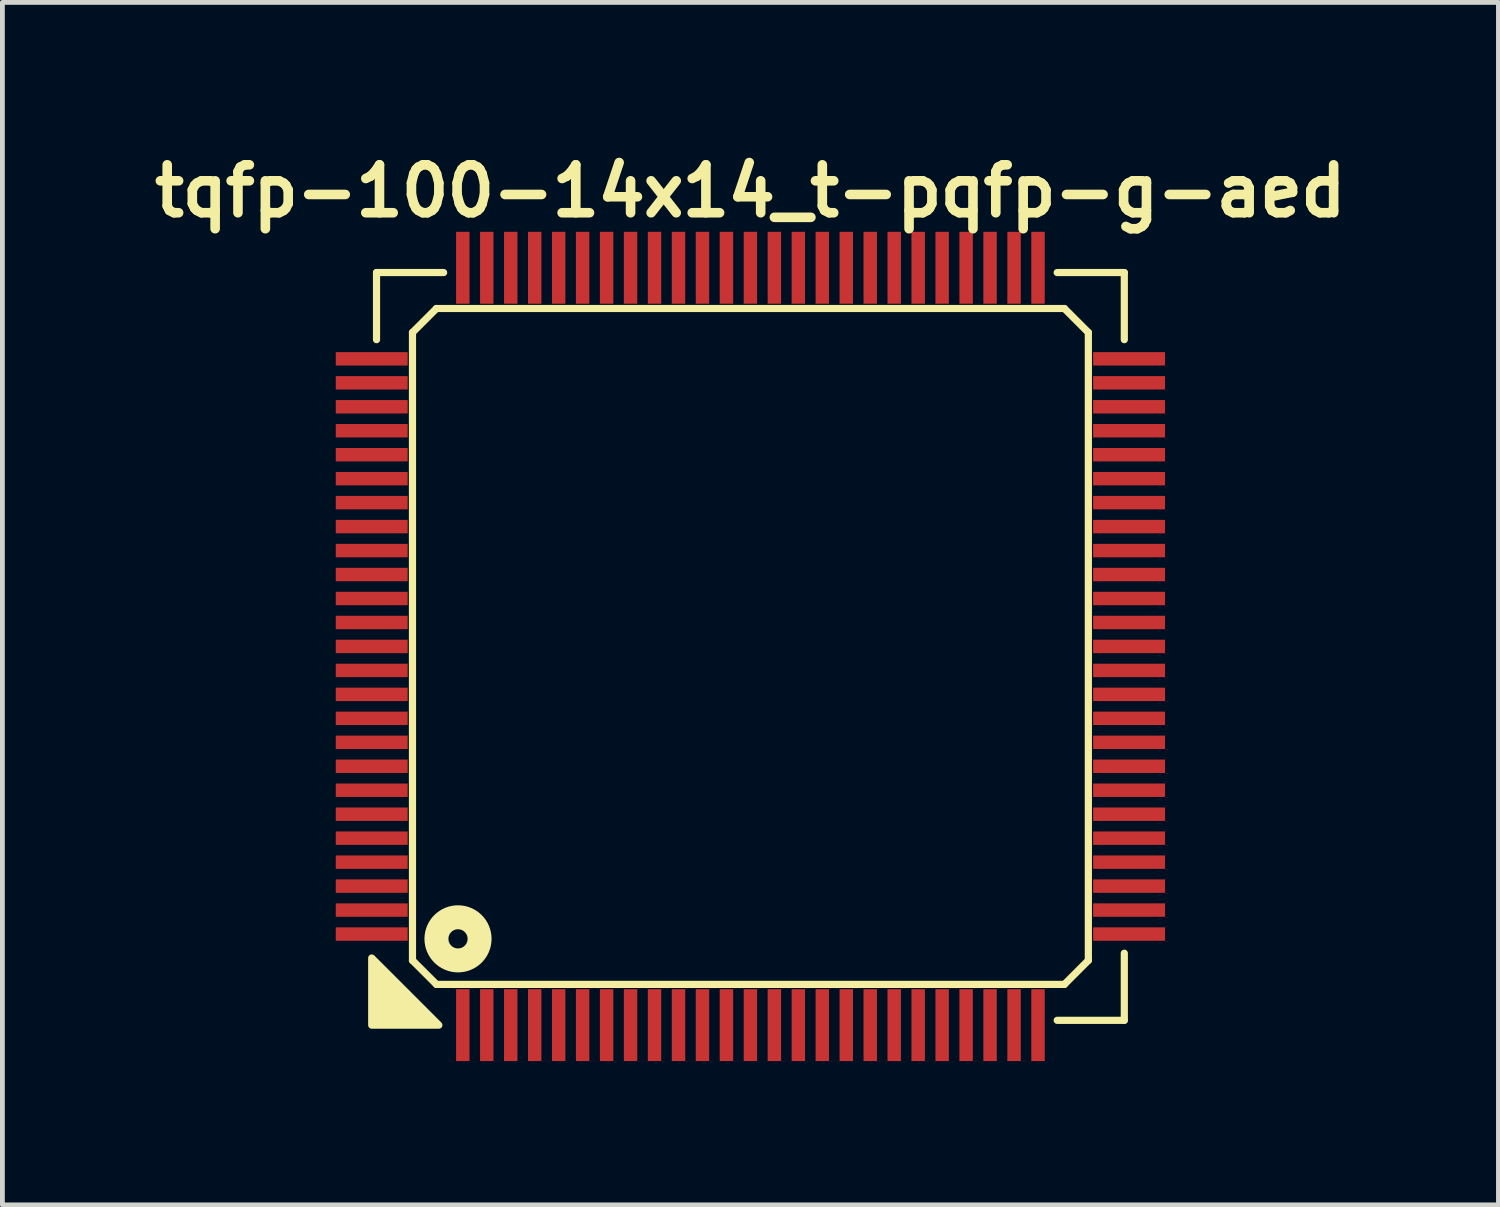
<source format=kicad_pcb>
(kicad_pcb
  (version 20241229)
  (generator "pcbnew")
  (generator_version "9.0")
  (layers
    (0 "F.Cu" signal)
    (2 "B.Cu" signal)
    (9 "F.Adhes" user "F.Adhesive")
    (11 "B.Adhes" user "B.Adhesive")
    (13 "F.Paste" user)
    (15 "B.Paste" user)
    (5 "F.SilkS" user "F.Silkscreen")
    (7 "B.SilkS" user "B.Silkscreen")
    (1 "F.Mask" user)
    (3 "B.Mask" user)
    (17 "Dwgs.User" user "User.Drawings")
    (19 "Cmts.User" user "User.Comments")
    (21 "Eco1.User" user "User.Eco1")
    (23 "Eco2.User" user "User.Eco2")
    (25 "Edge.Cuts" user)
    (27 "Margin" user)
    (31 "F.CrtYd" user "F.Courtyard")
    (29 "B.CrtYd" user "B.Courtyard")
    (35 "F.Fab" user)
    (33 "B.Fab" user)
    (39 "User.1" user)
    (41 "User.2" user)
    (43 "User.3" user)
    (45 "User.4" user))
  (footprint "tqfp-100-14x14_t-pqfp-g-aed"
    (layer "F.Cu")
    (at 12.605 10.436)
    (property "Reference" "tqfp-100-14x14_t-pqfp-g-aed" (at 0 -9.5 0) (layer "F.SilkS") (effects (font (size 1 1) (thickness 0.2))))
    (attr smd)
    (fp_line (start -7.8 -7.8) (end -6.4 -7.8) (stroke (width 0.15) (type solid)) (layer "F.SilkS"))
    (fp_line (start -7.8 -6.4) (end -7.8 -7.8) (stroke (width 0.15) (type solid)) (layer "F.SilkS"))
    (fp_line (start -7.05 -6.55) (end -6.55 -7.05) (stroke (width 0.15) (type solid)) (layer "F.SilkS"))
    (fp_line (start -7.05 6.55) (end -7.05 -6.55) (stroke (width 0.15) (type solid)) (layer "F.SilkS"))
    (fp_line (start -6.55 -7.05) (end 6.55 -7.05) (stroke (width 0.15) (type solid)) (layer "F.SilkS"))
    (fp_line (start -6.55 7.05) (end -7.05 6.55) (stroke (width 0.15) (type solid)) (layer "F.SilkS"))
    (fp_line (start 6.4 -7.8) (end 7.8 -7.8) (stroke (width 0.15) (type solid)) (layer "F.SilkS"))
    (fp_line (start 6.55 -7.05) (end 7.05 -6.55) (stroke (width 0.15) (type solid)) (layer "F.SilkS"))
    (fp_line (start 6.55 7.05) (end -6.55 7.05) (stroke (width 0.15) (type solid)) (layer "F.SilkS"))
    (fp_line (start 7.05 -6.55) (end 7.05 6.55) (stroke (width 0.15) (type solid)) (layer "F.SilkS"))
    (fp_line (start 7.05 6.55) (end 6.55 7.05) (stroke (width 0.15) (type solid)) (layer "F.SilkS"))
    (fp_line (start 7.8 -7.8) (end 7.8 -6.4) (stroke (width 0.15) (type solid)) (layer "F.SilkS"))
    (fp_line (start 7.8 6.4) (end 7.8 7.8) (stroke (width 0.15) (type solid)) (layer "F.SilkS"))
    (fp_line (start 7.8 7.8) (end 6.4 7.8) (stroke (width 0.15) (type solid)) (layer "F.SilkS"))
    (fp_circle (center -6.1 6.1) (end -5.9 6.1) (stroke (width 0.5) (type solid)) (fill no) (layer "F.SilkS"))
    (fp_poly (pts (xy -6.5 7.9) (xy -7.9 7.9) (xy -7.9 6.5)) (stroke (width 0.15) (type solid)) (fill yes) (layer "F.SilkS"))
    (pad "1" smd rect (at -6 7.9) (size 0.28 1.5) (layers "F.Cu" "F.Mask" "F.Paste"))
    (pad "2" smd rect (at -5.5 7.9) (size 0.28 1.5) (layers "F.Cu" "F.Mask" "F.Paste"))
    (pad "3" smd rect (at -5 7.9) (size 0.28 1.5) (layers "F.Cu" "F.Mask" "F.Paste"))
    (pad "4" smd rect (at -4.5 7.9) (size 0.28 1.5) (layers "F.Cu" "F.Mask" "F.Paste"))
    (pad "5" smd rect (at -4 7.9) (size 0.28 1.5) (layers "F.Cu" "F.Mask" "F.Paste"))
    (pad "6" smd rect (at -3.5 7.9) (size 0.28 1.5) (layers "F.Cu" "F.Mask" "F.Paste"))
    (pad "7" smd rect (at -3 7.9) (size 0.28 1.5) (layers "F.Cu" "F.Mask" "F.Paste"))
    (pad "8" smd rect (at -2.5 7.9) (size 0.28 1.5) (layers "F.Cu" "F.Mask" "F.Paste"))
    (pad "9" smd rect (at -2 7.9) (size 0.28 1.5) (layers "F.Cu" "F.Mask" "F.Paste"))
    (pad "10" smd rect (at -1.5 7.9) (size 0.28 1.5) (layers "F.Cu" "F.Mask" "F.Paste"))
    (pad "11" smd rect (at -1 7.9) (size 0.28 1.5) (layers "F.Cu" "F.Mask" "F.Paste"))
    (pad "12" smd rect (at -0.5 7.9) (size 0.28 1.5) (layers "F.Cu" "F.Mask" "F.Paste"))
    (pad "13" smd rect (at 0 7.9) (size 0.28 1.5) (layers "F.Cu" "F.Mask" "F.Paste"))
    (pad "14" smd rect (at 0.5 7.9) (size 0.28 1.5) (layers "F.Cu" "F.Mask" "F.Paste"))
    (pad "15" smd rect (at 1 7.9) (size 0.28 1.5) (layers "F.Cu" "F.Mask" "F.Paste"))
    (pad "16" smd rect (at 1.5 7.9) (size 0.28 1.5) (layers "F.Cu" "F.Mask" "F.Paste"))
    (pad "17" smd rect (at 2 7.9) (size 0.28 1.5) (layers "F.Cu" "F.Mask" "F.Paste"))
    (pad "18" smd rect (at 2.5 7.9) (size 0.28 1.5) (layers "F.Cu" "F.Mask" "F.Paste"))
    (pad "19" smd rect (at 3 7.9) (size 0.28 1.5) (layers "F.Cu" "F.Mask" "F.Paste"))
    (pad "20" smd rect (at 3.5 7.9) (size 0.28 1.5) (layers "F.Cu" "F.Mask" "F.Paste"))
    (pad "21" smd rect (at 4 7.9) (size 0.28 1.5) (layers "F.Cu" "F.Mask" "F.Paste"))
    (pad "22" smd rect (at 4.5 7.9) (size 0.28 1.5) (layers "F.Cu" "F.Mask" "F.Paste"))
    (pad "23" smd rect (at 5 7.9) (size 0.28 1.5) (layers "F.Cu" "F.Mask" "F.Paste"))
    (pad "24" smd rect (at 5.5 7.9) (size 0.28 1.5) (layers "F.Cu" "F.Mask" "F.Paste"))
    (pad "25" smd rect (at 6 7.9) (size 0.28 1.5) (layers "F.Cu" "F.Mask" "F.Paste"))
    (pad "26" smd rect (at 7.9 6) (size 1.5 0.28) (layers "F.Cu" "F.Mask" "F.Paste"))
    (pad "27" smd rect (at 7.9 5.5) (size 1.5 0.28) (layers "F.Cu" "F.Mask" "F.Paste"))
    (pad "28" smd rect (at 7.9 5) (size 1.5 0.28) (layers "F.Cu" "F.Mask" "F.Paste"))
    (pad "29" smd rect (at 7.9 4.5) (size 1.5 0.28) (layers "F.Cu" "F.Mask" "F.Paste"))
    (pad "30" smd rect (at 7.9 4) (size 1.5 0.28) (layers "F.Cu" "F.Mask" "F.Paste"))
    (pad "31" smd rect (at 7.9 3.5) (size 1.5 0.28) (layers "F.Cu" "F.Mask" "F.Paste"))
    (pad "32" smd rect (at 7.9 3) (size 1.5 0.28) (layers "F.Cu" "F.Mask" "F.Paste"))
    (pad "33" smd rect (at 7.9 2.5) (size 1.5 0.28) (layers "F.Cu" "F.Mask" "F.Paste"))
    (pad "34" smd rect (at 7.9 2) (size 1.5 0.28) (layers "F.Cu" "F.Mask" "F.Paste"))
    (pad "35" smd rect (at 7.9 1.5) (size 1.5 0.28) (layers "F.Cu" "F.Mask" "F.Paste"))
    (pad "36" smd rect (at 7.9 1) (size 1.5 0.28) (layers "F.Cu" "F.Mask" "F.Paste"))
    (pad "37" smd rect (at 7.9 0.5) (size 1.5 0.28) (layers "F.Cu" "F.Mask" "F.Paste"))
    (pad "38" smd rect (at 7.9 0) (size 1.5 0.28) (layers "F.Cu" "F.Mask" "F.Paste"))
    (pad "39" smd rect (at 7.9 -0.5) (size 1.5 0.28) (layers "F.Cu" "F.Mask" "F.Paste"))
    (pad "40" smd rect (at 7.9 -1) (size 1.5 0.28) (layers "F.Cu" "F.Mask" "F.Paste"))
    (pad "41" smd rect (at 7.9 -1.5) (size 1.5 0.28) (layers "F.Cu" "F.Mask" "F.Paste"))
    (pad "42" smd rect (at 7.9 -2) (size 1.5 0.28) (layers "F.Cu" "F.Mask" "F.Paste"))
    (pad "43" smd rect (at 7.9 -2.5) (size 1.5 0.28) (layers "F.Cu" "F.Mask" "F.Paste"))
    (pad "44" smd rect (at 7.9 -3) (size 1.5 0.28) (layers "F.Cu" "F.Mask" "F.Paste"))
    (pad "45" smd rect (at 7.9 -3.5) (size 1.5 0.28) (layers "F.Cu" "F.Mask" "F.Paste"))
    (pad "46" smd rect (at 7.9 -4) (size 1.5 0.28) (layers "F.Cu" "F.Mask" "F.Paste"))
    (pad "47" smd rect (at 7.9 -4.5) (size 1.5 0.28) (layers "F.Cu" "F.Mask" "F.Paste"))
    (pad "48" smd rect (at 7.9 -5) (size 1.5 0.28) (layers "F.Cu" "F.Mask" "F.Paste"))
    (pad "49" smd rect (at 7.9 -5.5) (size 1.5 0.28) (layers "F.Cu" "F.Mask" "F.Paste"))
    (pad "50" smd rect (at 7.9 -6) (size 1.5 0.28) (layers "F.Cu" "F.Mask" "F.Paste"))
    (pad "51" smd rect (at 6 -7.9) (size 0.28 1.5) (layers "F.Cu" "F.Mask" "F.Paste"))
    (pad "52" smd rect (at 5.5 -7.9) (size 0.28 1.5) (layers "F.Cu" "F.Mask" "F.Paste"))
    (pad "53" smd rect (at 5 -7.9) (size 0.28 1.5) (layers "F.Cu" "F.Mask" "F.Paste"))
    (pad "54" smd rect (at 4.5 -7.9) (size 0.28 1.5) (layers "F.Cu" "F.Mask" "F.Paste"))
    (pad "55" smd rect (at 4 -7.9) (size 0.28 1.5) (layers "F.Cu" "F.Mask" "F.Paste"))
    (pad "56" smd rect (at 3.5 -7.9) (size 0.28 1.5) (layers "F.Cu" "F.Mask" "F.Paste"))
    (pad "57" smd rect (at 3 -7.9) (size 0.28 1.5) (layers "F.Cu" "F.Mask" "F.Paste"))
    (pad "58" smd rect (at 2.5 -7.9) (size 0.28 1.5) (layers "F.Cu" "F.Mask" "F.Paste"))
    (pad "59" smd rect (at 2 -7.9) (size 0.28 1.5) (layers "F.Cu" "F.Mask" "F.Paste"))
    (pad "60" smd rect (at 1.5 -7.9) (size 0.28 1.5) (layers "F.Cu" "F.Mask" "F.Paste"))
    (pad "61" smd rect (at 1 -7.9) (size 0.28 1.5) (layers "F.Cu" "F.Mask" "F.Paste"))
    (pad "62" smd rect (at 0.5 -7.9) (size 0.28 1.5) (layers "F.Cu" "F.Mask" "F.Paste"))
    (pad "63" smd rect (at 0 -7.9) (size 0.28 1.5) (layers "F.Cu" "F.Mask" "F.Paste"))
    (pad "64" smd rect (at -0.5 -7.9) (size 0.28 1.5) (layers "F.Cu" "F.Mask" "F.Paste"))
    (pad "65" smd rect (at -1 -7.9) (size 0.28 1.5) (layers "F.Cu" "F.Mask" "F.Paste"))
    (pad "66" smd rect (at -1.5 -7.9) (size 0.28 1.5) (layers "F.Cu" "F.Mask" "F.Paste"))
    (pad "67" smd rect (at -2 -7.9) (size 0.28 1.5) (layers "F.Cu" "F.Mask" "F.Paste"))
    (pad "68" smd rect (at -2.5 -7.9) (size 0.28 1.5) (layers "F.Cu" "F.Mask" "F.Paste"))
    (pad "69" smd rect (at -3 -7.9) (size 0.28 1.5) (layers "F.Cu" "F.Mask" "F.Paste"))
    (pad "70" smd rect (at -3.5 -7.9) (size 0.28 1.5) (layers "F.Cu" "F.Mask" "F.Paste"))
    (pad "71" smd rect (at -4 -7.9) (size 0.28 1.5) (layers "F.Cu" "F.Mask" "F.Paste"))
    (pad "72" smd rect (at -4.5 -7.9) (size 0.28 1.5) (layers "F.Cu" "F.Mask" "F.Paste"))
    (pad "73" smd rect (at -5 -7.9) (size 0.28 1.5) (layers "F.Cu" "F.Mask" "F.Paste"))
    (pad "74" smd rect (at -5.5 -7.9) (size 0.28 1.5) (layers "F.Cu" "F.Mask" "F.Paste"))
    (pad "75" smd rect (at -6 -7.9) (size 0.28 1.5) (layers "F.Cu" "F.Mask" "F.Paste"))
    (pad "76" smd rect (at -7.9 -6) (size 1.5 0.28) (layers "F.Cu" "F.Mask" "F.Paste"))
    (pad "77" smd rect (at -7.9 -5.5) (size 1.5 0.28) (layers "F.Cu" "F.Mask" "F.Paste"))
    (pad "78" smd rect (at -7.9 -5) (size 1.5 0.28) (layers "F.Cu" "F.Mask" "F.Paste"))
    (pad "79" smd rect (at -7.9 -4.5) (size 1.5 0.28) (layers "F.Cu" "F.Mask" "F.Paste"))
    (pad "80" smd rect (at -7.9 -4) (size 1.5 0.28) (layers "F.Cu" "F.Mask" "F.Paste"))
    (pad "81" smd rect (at -7.9 -3.5) (size 1.5 0.28) (layers "F.Cu" "F.Mask" "F.Paste"))
    (pad "82" smd rect (at -7.9 -3) (size 1.5 0.28) (layers "F.Cu" "F.Mask" "F.Paste"))
    (pad "83" smd rect (at -7.9 -2.5) (size 1.5 0.28) (layers "F.Cu" "F.Mask" "F.Paste"))
    (pad "84" smd rect (at -7.9 -2) (size 1.5 0.28) (layers "F.Cu" "F.Mask" "F.Paste"))
    (pad "85" smd rect (at -7.9 -1.5) (size 1.5 0.28) (layers "F.Cu" "F.Mask" "F.Paste"))
    (pad "86" smd rect (at -7.9 -1) (size 1.5 0.28) (layers "F.Cu" "F.Mask" "F.Paste"))
    (pad "87" smd rect (at -7.9 -0.5) (size 1.5 0.28) (layers "F.Cu" "F.Mask" "F.Paste"))
    (pad "88" smd rect (at -7.9 0) (size 1.5 0.28) (layers "F.Cu" "F.Mask" "F.Paste"))
    (pad "89" smd rect (at -7.9 0.5) (size 1.5 0.28) (layers "F.Cu" "F.Mask" "F.Paste"))
    (pad "90" smd rect (at -7.9 1) (size 1.5 0.28) (layers "F.Cu" "F.Mask" "F.Paste"))
    (pad "91" smd rect (at -7.9 1.5) (size 1.5 0.28) (layers "F.Cu" "F.Mask" "F.Paste"))
    (pad "92" smd rect (at -7.9 2) (size 1.5 0.28) (layers "F.Cu" "F.Mask" "F.Paste"))
    (pad "93" smd rect (at -7.9 2.5) (size 1.5 0.28) (layers "F.Cu" "F.Mask" "F.Paste"))
    (pad "94" smd rect (at -7.9 3) (size 1.5 0.28) (layers "F.Cu" "F.Mask" "F.Paste"))
    (pad "95" smd rect (at -7.9 3.5) (size 1.5 0.28) (layers "F.Cu" "F.Mask" "F.Paste"))
    (pad "96" smd rect (at -7.9 4) (size 1.5 0.28) (layers "F.Cu" "F.Mask" "F.Paste"))
    (pad "97" smd rect (at -7.9 4.5) (size 1.5 0.28) (layers "F.Cu" "F.Mask" "F.Paste"))
    (pad "98" smd rect (at -7.9 5) (size 1.5 0.28) (layers "F.Cu" "F.Mask" "F.Paste"))
    (pad "99" smd rect (at -7.9 5.5) (size 1.5 0.28) (layers "F.Cu" "F.Mask" "F.Paste"))
    (pad "100" smd rect (at -7.9 6) (size 1.5 0.28) (layers "F.Cu" "F.Mask" "F.Paste")))
  (gr_rect
    (start -3 -3)
    (end 28.21 22.086)
    (stroke (width 0.1) (type default))
    (fill no)
    (layer "Edge.Cuts")))
</source>
